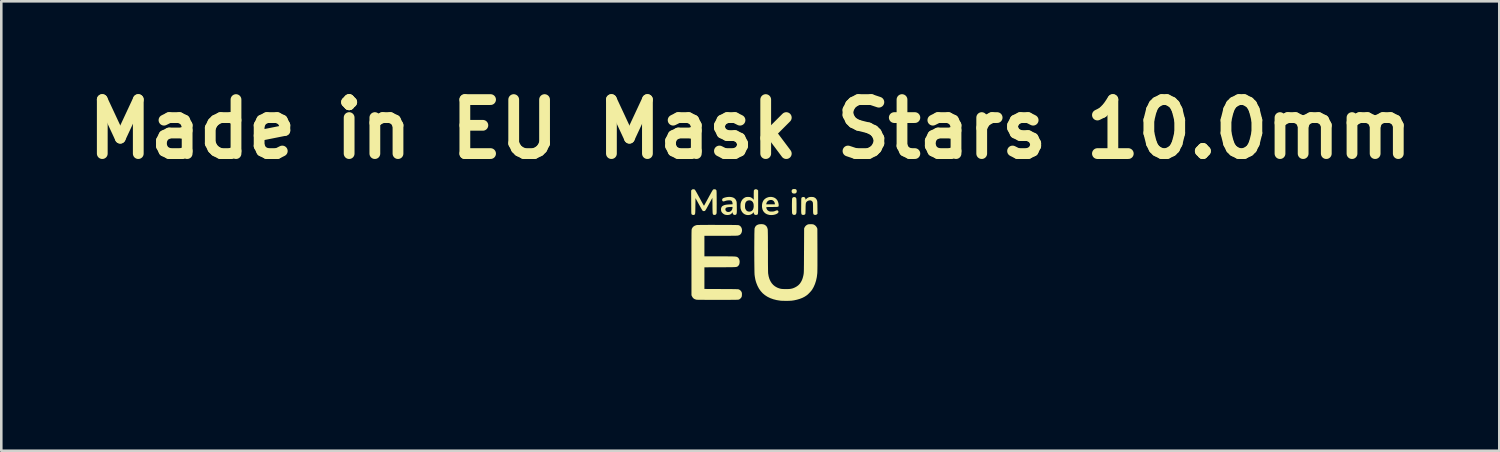
<source format=kicad_pcb>
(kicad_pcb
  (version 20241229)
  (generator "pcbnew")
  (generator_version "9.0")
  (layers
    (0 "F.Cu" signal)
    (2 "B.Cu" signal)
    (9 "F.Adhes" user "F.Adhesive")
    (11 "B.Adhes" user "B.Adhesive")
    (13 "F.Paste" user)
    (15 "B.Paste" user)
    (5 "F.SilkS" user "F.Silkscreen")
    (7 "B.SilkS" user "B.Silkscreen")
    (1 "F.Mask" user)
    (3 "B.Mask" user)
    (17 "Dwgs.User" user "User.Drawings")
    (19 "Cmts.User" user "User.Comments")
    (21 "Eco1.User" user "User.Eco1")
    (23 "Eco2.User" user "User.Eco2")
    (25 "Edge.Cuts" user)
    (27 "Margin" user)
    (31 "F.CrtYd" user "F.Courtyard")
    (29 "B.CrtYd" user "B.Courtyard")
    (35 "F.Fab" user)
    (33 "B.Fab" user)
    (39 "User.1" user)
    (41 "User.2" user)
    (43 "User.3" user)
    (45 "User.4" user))
  (footprint "Made in EU Mask Stars 10.0mm"
    (layer "F.Cu")
    (at 26.044 6.459)
    (property "Reference" "Made in EU Mask Stars 10.0mm" (at 0 -4.5 180) (layer "F.SilkS") (effects (font (size 2.094 2.094) (thickness 0.418))))
    (attr board_only exclude_from_pos_files exclude_from_bom)
    (fp_poly (pts (xy 3.675 -2.844) (xy 3.676 -2.843) (xy 3.679 -2.834) (xy 3.686 -2.812) (xy 3.697 -2.779) (xy 3.71 -2.737) (xy 3.726 -2.687) (xy 3.744 -2.631) (xy 3.764 -2.571) (xy 3.766 -2.564) (xy 3.852 -2.296) (xy 4.148 -2.292) (xy 4.444 -2.289) (xy 4.206 -2.118) (xy 4.153 -2.08) (xy 4.105 -2.045) (xy 4.062 -2.014) (xy 4.025 -1.987) (xy 3.996 -1.966) (xy 3.977 -1.951) (xy 3.968 -1.944) (xy 3.967 -1.943) (xy 3.97 -1.935) (xy 3.976 -1.915) (xy 3.986 -1.883) (xy 3.999 -1.843) (xy 4.015 -1.794) (xy 4.032 -1.739) (xy 4.052 -1.679) (xy 4.056 -1.667) (xy 4.075 -1.607) (xy 4.093 -1.551) (xy 4.109 -1.501) (xy 4.122 -1.459) (xy 4.132 -1.426) (xy 4.139 -1.403) (xy 4.142 -1.393) (xy 4.142 -1.393) (xy 4.135 -1.397) (xy 4.118 -1.408) (xy 4.092 -1.427) (xy 4.058 -1.451) (xy 4.016 -1.481) (xy 3.97 -1.515) (xy 3.919 -1.552) (xy 3.906 -1.561) (xy 3.672 -1.732) (xy 3.449 -1.569) (xy 3.388 -1.524) (xy 3.337 -1.487) (xy 3.296 -1.457) (xy 3.265 -1.435) (xy 3.241 -1.418) (xy 3.224 -1.406) (xy 3.212 -1.399) (xy 3.205 -1.396) (xy 3.202 -1.396) (xy 3.202 -1.399) (xy 3.203 -1.403) (xy 3.204 -1.404) (xy 3.228 -1.477) (xy 3.251 -1.55) (xy 3.274 -1.62) (xy 3.295 -1.687) (xy 3.315 -1.75) (xy 3.332 -1.806) (xy 3.347 -1.855) (xy 3.359 -1.896) (xy 3.367 -1.926) (xy 3.372 -1.944) (xy 3.373 -1.95) (xy 3.365 -1.955) (xy 3.347 -1.968) (xy 3.32 -1.987) (xy 3.285 -2.013) (xy 3.243 -2.043) (xy 3.195 -2.077) (xy 3.144 -2.114) (xy 3.133 -2.121) (xy 2.9 -2.289) (xy 3.195 -2.291) (xy 3.49 -2.293) (xy 3.554 -2.492) (xy 3.58 -2.573) (xy 3.602 -2.641) (xy 3.621 -2.697) (xy 3.635 -2.743) (xy 3.647 -2.778) (xy 3.656 -2.805) (xy 3.663 -2.824) (xy 3.668 -2.836) (xy 3.672 -2.843) (xy 3.674 -2.845)) (stroke (width 0) (type solid)) (fill yes) (layer "F.Mask"))
    (fp_poly (pts (xy 0.009 3.523) (xy 0.016 3.545) (xy 0.027 3.578) (xy 0.041 3.62) (xy 0.057 3.669) (xy 0.074 3.725) (xy 0.094 3.786) (xy 0.097 3.796) (xy 0.184 4.068) (xy 0.477 4.071) (xy 0.77 4.075) (xy 0.55 4.232) (xy 0.499 4.269) (xy 0.452 4.303) (xy 0.409 4.335) (xy 0.372 4.361) (xy 0.343 4.382) (xy 0.323 4.397) (xy 0.314 4.404) (xy 0.297 4.417) (xy 0.383 4.685) (xy 0.403 4.746) (xy 0.421 4.802) (xy 0.437 4.853) (xy 0.451 4.896) (xy 0.462 4.929) (xy 0.469 4.953) (xy 0.473 4.963) (xy 0.473 4.964) (xy 0.473 4.97) (xy 0.467 4.967) (xy 0.457 4.959) (xy 0.436 4.944) (xy 0.408 4.923) (xy 0.372 4.897) (xy 0.332 4.868) (xy 0.288 4.836) (xy 0.243 4.803) (xy 0.197 4.77) (xy 0.153 4.738) (xy 0.112 4.708) (xy 0.076 4.682) (xy 0.046 4.66) (xy 0.024 4.645) (xy 0.012 4.636) (xy 0.01 4.635) (xy 0.003 4.638) (xy -0.015 4.649) (xy -0.041 4.667) (xy -0.075 4.69) (xy -0.115 4.717) (xy -0.159 4.748) (xy -0.206 4.781) (xy -0.253 4.815) (xy -0.301 4.849) (xy -0.346 4.881) (xy -0.388 4.912) (xy -0.424 4.939) (xy -0.454 4.962) (xy -0.461 4.967) (xy -0.469 4.972) (xy -0.468 4.965) (xy -0.468 4.964) (xy -0.464 4.955) (xy -0.457 4.933) (xy -0.447 4.901) (xy -0.434 4.86) (xy -0.419 4.814) (xy -0.402 4.763) (xy -0.385 4.71) (xy -0.368 4.657) (xy -0.352 4.605) (xy -0.336 4.557) (xy -0.323 4.515) (xy -0.312 4.481) (xy -0.304 4.457) (xy -0.301 4.446) (xy -0.291 4.414) (xy -0.53 4.243) (xy -0.769 4.071) (xy -0.474 4.071) (xy -0.179 4.071) (xy -0.126 3.906) (xy -0.108 3.849) (xy -0.089 3.789) (xy -0.07 3.729) (xy -0.052 3.673) (xy -0.037 3.627) (xy -0.035 3.621) (xy -0.023 3.583) (xy -0.011 3.551) (xy -0.002 3.528) (xy 0.004 3.515) (xy 0.006 3.514)) (stroke (width 0) (type solid)) (fill yes) (layer "F.Mask"))
    (fp_poly (pts (xy -2.055 -4.213) (xy -2.037 -4.156) (xy -2.018 -4.099) (xy -2 -4.043) (xy -1.984 -3.994) (xy -1.971 -3.953) (xy -1.964 -3.932) (xy -1.934 -3.841) (xy -1.639 -3.839) (xy -1.343 -3.837) (xy -1.556 -3.685) (xy -1.606 -3.648) (xy -1.654 -3.614) (xy -1.698 -3.582) (xy -1.735 -3.555) (xy -1.765 -3.534) (xy -1.786 -3.518) (xy -1.795 -3.512) (xy -1.822 -3.491) (xy -1.734 -3.218) (xy -1.714 -3.157) (xy -1.696 -3.101) (xy -1.681 -3.051) (xy -1.667 -3.008) (xy -1.657 -2.975) (xy -1.651 -2.952) (xy -1.648 -2.942) (xy -1.648 -2.942) (xy -1.654 -2.945) (xy -1.671 -2.957) (xy -1.698 -2.975) (xy -1.732 -3) (xy -1.773 -3.029) (xy -1.82 -3.063) (xy -1.87 -3.1) (xy -1.876 -3.104) (xy -1.927 -3.141) (xy -1.975 -3.176) (xy -2.017 -3.207) (xy -2.054 -3.233) (xy -2.082 -3.253) (xy -2.102 -3.267) (xy -2.11 -3.272) (xy -2.111 -3.272) (xy -2.119 -3.269) (xy -2.137 -3.258) (xy -2.165 -3.239) (xy -2.201 -3.215) (xy -2.243 -3.185) (xy -2.29 -3.152) (xy -2.341 -3.115) (xy -2.35 -3.108) (xy -2.402 -3.071) (xy -2.449 -3.036) (xy -2.492 -3.005) (xy -2.528 -2.979) (xy -2.556 -2.959) (xy -2.575 -2.946) (xy -2.584 -2.94) (xy -2.584 -2.94) (xy -2.583 -2.947) (xy -2.577 -2.966) (xy -2.568 -2.997) (xy -2.556 -3.037) (xy -2.541 -3.085) (xy -2.523 -3.14) (xy -2.504 -3.2) (xy -2.5 -3.213) (xy -2.48 -3.274) (xy -2.462 -3.331) (xy -2.446 -3.381) (xy -2.432 -3.424) (xy -2.422 -3.457) (xy -2.415 -3.48) (xy -2.412 -3.49) (xy -2.412 -3.491) (xy -2.417 -3.496) (xy -2.434 -3.508) (xy -2.46 -3.528) (xy -2.495 -3.553) (xy -2.536 -3.583) (xy -2.583 -3.617) (xy -2.635 -3.654) (xy -2.65 -3.666) (xy -2.889 -3.837) (xy -2.593 -3.839) (xy -2.296 -3.841) (xy -2.226 -4.062) (xy -2.208 -4.12) (xy -2.19 -4.177) (xy -2.173 -4.229) (xy -2.158 -4.275) (xy -2.146 -4.312) (xy -2.138 -4.338) (xy -2.136 -4.343) (xy -2.116 -4.403)) (stroke (width 0) (type solid)) (fill yes) (layer "F.Mask"))
    (fp_poly (pts (xy -2.112 2.959) (xy -2.104 2.977) (xy -2.094 3.007) (xy -2.08 3.046) (xy -2.064 3.094) (xy -2.046 3.149) (xy -2.027 3.208) (xy -2.021 3.227) (xy -1.932 3.505) (xy -1.637 3.507) (xy -1.342 3.509) (xy -1.579 3.68) (xy -1.631 3.717) (xy -1.68 3.752) (xy -1.723 3.784) (xy -1.759 3.811) (xy -1.787 3.832) (xy -1.807 3.847) (xy -1.816 3.854) (xy -1.816 3.855) (xy -1.814 3.863) (xy -1.808 3.884) (xy -1.798 3.915) (xy -1.785 3.956) (xy -1.769 4.005) (xy -1.752 4.06) (xy -1.733 4.12) (xy -1.73 4.127) (xy -1.711 4.187) (xy -1.693 4.243) (xy -1.678 4.293) (xy -1.665 4.335) (xy -1.655 4.368) (xy -1.649 4.39) (xy -1.647 4.399) (xy -1.647 4.4) (xy -1.653 4.398) (xy -1.669 4.388) (xy -1.691 4.373) (xy -1.712 4.359) (xy -1.735 4.341) (xy -1.768 4.317) (xy -1.808 4.288) (xy -1.853 4.255) (xy -1.901 4.22) (xy -1.944 4.189) (xy -2.112 4.065) (xy -2.316 4.214) (xy -2.366 4.251) (xy -2.413 4.285) (xy -2.456 4.317) (xy -2.494 4.344) (xy -2.524 4.365) (xy -2.544 4.38) (xy -2.552 4.386) (xy -2.571 4.398) (xy -2.58 4.403) (xy -2.581 4.4) (xy -2.579 4.39) (xy -2.576 4.379) (xy -2.568 4.356) (xy -2.557 4.322) (xy -2.543 4.279) (xy -2.527 4.228) (xy -2.509 4.172) (xy -2.492 4.118) (xy -2.473 4.059) (xy -2.456 4.004) (xy -2.441 3.955) (xy -2.429 3.914) (xy -2.42 3.882) (xy -2.415 3.862) (xy -2.414 3.853) (xy -2.42 3.847) (xy -2.438 3.833) (xy -2.465 3.813) (xy -2.5 3.787) (xy -2.541 3.756) (xy -2.589 3.721) (xy -2.64 3.684) (xy -2.65 3.677) (xy -2.883 3.509) (xy -2.588 3.507) (xy -2.293 3.505) (xy -2.279 3.459) (xy -2.264 3.412) (xy -2.248 3.36) (xy -2.23 3.305) (xy -2.212 3.248) (xy -2.194 3.191) (xy -2.176 3.136) (xy -2.159 3.086) (xy -2.145 3.041) (xy -2.132 3.003) (xy -2.123 2.975) (xy -2.117 2.958) (xy -2.115 2.953)) (stroke (width 0) (type solid)) (fill yes) (layer "F.Mask"))
    (fp_poly (pts (xy 2.121 2.954) (xy 2.124 2.961) (xy 2.129 2.975) (xy 2.136 2.994) (xy 2.145 3.022) (xy 2.157 3.058) (xy 2.172 3.104) (xy 2.19 3.161) (xy 2.212 3.23) (xy 2.238 3.311) (xy 2.244 3.329) (xy 2.301 3.505) (xy 2.595 3.507) (xy 2.889 3.509) (xy 2.657 3.677) (xy 2.605 3.714) (xy 2.556 3.749) (xy 2.513 3.78) (xy 2.477 3.806) (xy 2.448 3.827) (xy 2.428 3.841) (xy 2.419 3.848) (xy 2.418 3.848) (xy 2.419 3.856) (xy 2.424 3.876) (xy 2.433 3.908) (xy 2.445 3.948) (xy 2.46 3.997) (xy 2.477 4.052) (xy 2.497 4.112) (xy 2.501 4.127) (xy 2.521 4.188) (xy 2.539 4.244) (xy 2.555 4.294) (xy 2.568 4.337) (xy 2.578 4.37) (xy 2.585 4.393) (xy 2.588 4.403) (xy 2.588 4.404) (xy 2.581 4.4) (xy 2.564 4.388) (xy 2.538 4.37) (xy 2.504 4.345) (xy 2.462 4.316) (xy 2.416 4.282) (xy 2.365 4.245) (xy 2.352 4.236) (xy 2.119 4.065) (xy 2.081 4.093) (xy 2.031 4.13) (xy 1.979 4.168) (xy 1.927 4.206) (xy 1.875 4.244) (xy 1.825 4.28) (xy 1.779 4.313) (xy 1.738 4.343) (xy 1.702 4.369) (xy 1.675 4.388) (xy 1.656 4.401) (xy 1.648 4.406) (xy 1.648 4.406) (xy 1.647 4.402) (xy 1.647 4.401) (xy 1.65 4.393) (xy 1.657 4.373) (xy 1.667 4.342) (xy 1.68 4.303) (xy 1.695 4.257) (xy 1.711 4.207) (xy 1.728 4.154) (xy 1.745 4.1) (xy 1.762 4.047) (xy 1.779 3.997) (xy 1.793 3.951) (xy 1.806 3.912) (xy 1.815 3.882) (xy 1.821 3.862) (xy 1.824 3.854) (xy 1.824 3.854) (xy 1.818 3.849) (xy 1.801 3.836) (xy 1.775 3.817) (xy 1.741 3.792) (xy 1.699 3.762) (xy 1.652 3.728) (xy 1.601 3.691) (xy 1.586 3.68) (xy 1.349 3.509) (xy 1.643 3.506) (xy 1.938 3.502) (xy 2.027 3.225) (xy 2.047 3.164) (xy 2.065 3.108) (xy 2.082 3.058) (xy 2.096 3.016) (xy 2.107 2.983) (xy 2.115 2.961) (xy 2.119 2.951) (xy 2.12 2.951)) (stroke (width 0) (type solid)) (fill yes) (layer "F.Mask"))
    (fp_poly (pts (xy 0.008 -4.959) (xy 0.014 -4.938) (xy 0.025 -4.906) (xy 0.038 -4.865) (xy 0.054 -4.815) (xy 0.072 -4.76) (xy 0.091 -4.699) (xy 0.095 -4.685) (xy 0.183 -4.41) (xy 0.477 -4.406) (xy 0.77 -4.403) (xy 0.534 -4.233) (xy 0.482 -4.195) (xy 0.434 -4.16) (xy 0.391 -4.129) (xy 0.355 -4.103) (xy 0.326 -4.082) (xy 0.307 -4.067) (xy 0.298 -4.06) (xy 0.298 -4.06) (xy 0.3 -4.052) (xy 0.306 -4.033) (xy 0.316 -4.003) (xy 0.328 -3.964) (xy 0.342 -3.919) (xy 0.358 -3.869) (xy 0.375 -3.816) (xy 0.392 -3.762) (xy 0.41 -3.709) (xy 0.426 -3.659) (xy 0.44 -3.613) (xy 0.453 -3.574) (xy 0.463 -3.544) (xy 0.469 -3.526) (xy 0.471 -3.52) (xy 0.473 -3.514) (xy 0.473 -3.511) (xy 0.471 -3.511) (xy 0.464 -3.514) (xy 0.453 -3.521) (xy 0.436 -3.533) (xy 0.412 -3.55) (xy 0.379 -3.573) (xy 0.337 -3.604) (xy 0.285 -3.642) (xy 0.253 -3.666) (xy 0.204 -3.702) (xy 0.157 -3.736) (xy 0.115 -3.766) (xy 0.079 -3.792) (xy 0.051 -3.813) (xy 0.032 -3.827) (xy 0.025 -3.831) (xy 0.002 -3.848) (xy -0.198 -3.702) (xy -0.248 -3.666) (xy -0.295 -3.631) (xy -0.339 -3.599) (xy -0.377 -3.572) (xy -0.407 -3.55) (xy -0.427 -3.535) (xy -0.434 -3.53) (xy -0.454 -3.515) (xy -0.464 -3.51) (xy -0.467 -3.511) (xy -0.465 -3.52) (xy -0.465 -3.521) (xy -0.462 -3.532) (xy -0.454 -3.554) (xy -0.444 -3.587) (xy -0.431 -3.628) (xy -0.416 -3.675) (xy -0.399 -3.727) (xy -0.382 -3.78) (xy -0.365 -3.834) (xy -0.348 -3.886) (xy -0.332 -3.935) (xy -0.319 -3.977) (xy -0.307 -4.013) (xy -0.299 -4.038) (xy -0.295 -4.052) (xy -0.294 -4.054) (xy -0.299 -4.06) (xy -0.316 -4.073) (xy -0.341 -4.094) (xy -0.375 -4.12) (xy -0.416 -4.151) (xy -0.463 -4.185) (xy -0.514 -4.222) (xy -0.528 -4.232) (xy -0.765 -4.403) (xy -0.472 -4.404) (xy -0.179 -4.406) (xy -0.126 -4.572) (xy -0.108 -4.628) (xy -0.089 -4.689) (xy -0.07 -4.749) (xy -0.052 -4.804) (xy -0.037 -4.85) (xy -0.035 -4.856) (xy -0.023 -4.895) (xy -0.011 -4.927) (xy -0.003 -4.952) (xy 0.003 -4.965) (xy 0.005 -4.968)) (stroke (width 0) (type solid)) (fill yes) (layer "F.Mask"))
    (fp_poly (pts (xy 3.674 1.401) (xy 3.681 1.42) (xy 3.691 1.45) (xy 3.705 1.49) (xy 3.72 1.538) (xy 3.738 1.592) (xy 3.758 1.652) (xy 3.763 1.669) (xy 3.852 1.946) (xy 4.149 1.95) (xy 4.446 1.954) (xy 4.213 2.121) (xy 4.161 2.159) (xy 4.113 2.193) (xy 4.069 2.225) (xy 4.032 2.251) (xy 4.003 2.272) (xy 3.983 2.286) (xy 3.973 2.293) (xy 3.973 2.293) (xy 3.973 2.301) (xy 3.978 2.322) (xy 3.987 2.355) (xy 3.999 2.398) (xy 4.015 2.45) (xy 4.034 2.511) (xy 4.055 2.576) (xy 4.075 2.637) (xy 4.093 2.694) (xy 4.109 2.744) (xy 4.123 2.787) (xy 4.133 2.821) (xy 4.14 2.844) (xy 4.143 2.855) (xy 4.143 2.855) (xy 4.137 2.851) (xy 4.121 2.839) (xy 4.094 2.82) (xy 4.06 2.796) (xy 4.019 2.766) (xy 3.972 2.732) (xy 3.921 2.694) (xy 3.908 2.685) (xy 3.849 2.641) (xy 3.8 2.606) (xy 3.761 2.578) (xy 3.731 2.557) (xy 3.707 2.541) (xy 3.69 2.53) (xy 3.678 2.524) (xy 3.669 2.521) (xy 3.663 2.522) (xy 3.659 2.523) (xy 3.649 2.53) (xy 3.629 2.544) (xy 3.6 2.565) (xy 3.564 2.592) (xy 3.521 2.623) (xy 3.473 2.657) (xy 3.425 2.693) (xy 3.375 2.729) (xy 3.329 2.762) (xy 3.288 2.792) (xy 3.254 2.816) (xy 3.228 2.834) (xy 3.211 2.846) (xy 3.204 2.849) (xy 3.206 2.842) (xy 3.212 2.822) (xy 3.221 2.791) (xy 3.234 2.75) (xy 3.249 2.702) (xy 3.266 2.647) (xy 3.286 2.587) (xy 3.289 2.575) (xy 3.309 2.514) (xy 3.327 2.458) (xy 3.343 2.408) (xy 3.356 2.366) (xy 3.366 2.332) (xy 3.372 2.31) (xy 3.375 2.3) (xy 3.375 2.299) (xy 3.368 2.293) (xy 3.352 2.281) (xy 3.327 2.263) (xy 3.298 2.241) (xy 3.284 2.231) (xy 3.252 2.208) (xy 3.211 2.178) (xy 3.164 2.145) (xy 3.114 2.109) (xy 3.066 2.074) (xy 3.048 2.061) (xy 2.899 1.954) (xy 3.196 1.95) (xy 3.493 1.946) (xy 3.58 1.672) (xy 3.6 1.611) (xy 3.618 1.555) (xy 3.634 1.505) (xy 3.648 1.462) (xy 3.659 1.429) (xy 3.667 1.406) (xy 3.671 1.396) (xy 3.671 1.395)) (stroke (width 0) (type solid)) (fill yes) (layer "F.Mask"))
    (fp_poly (pts (xy -3.663 1.399) (xy -3.66 1.409) (xy -3.653 1.431) (xy -3.642 1.464) (xy -3.628 1.506) (xy -3.612 1.555) (xy -3.594 1.611) (xy -3.575 1.671) (xy -3.573 1.678) (xy -3.487 1.946) (xy -3.189 1.95) (xy -2.892 1.954) (xy -3.13 2.124) (xy -3.182 2.162) (xy -3.231 2.197) (xy -3.274 2.228) (xy -3.311 2.254) (xy -3.34 2.275) (xy -3.36 2.289) (xy -3.37 2.296) (xy -3.37 2.297) (xy -3.369 2.304) (xy -3.363 2.324) (xy -3.353 2.355) (xy -3.341 2.395) (xy -3.325 2.444) (xy -3.308 2.499) (xy -3.289 2.559) (xy -3.283 2.576) (xy -3.263 2.637) (xy -3.245 2.694) (xy -3.229 2.744) (xy -3.216 2.787) (xy -3.205 2.821) (xy -3.198 2.844) (xy -3.195 2.854) (xy -3.195 2.855) (xy -3.201 2.851) (xy -3.218 2.839) (xy -3.244 2.82) (xy -3.278 2.795) (xy -3.319 2.766) (xy -3.366 2.732) (xy -3.416 2.695) (xy -3.424 2.689) (xy -3.475 2.651) (xy -3.523 2.616) (xy -3.565 2.585) (xy -3.602 2.559) (xy -3.631 2.538) (xy -3.65 2.524) (xy -3.66 2.518) (xy -3.66 2.518) (xy -3.668 2.522) (xy -3.686 2.533) (xy -3.714 2.551) (xy -3.75 2.576) (xy -3.792 2.605) (xy -3.839 2.639) (xy -3.891 2.676) (xy -3.904 2.686) (xy -3.955 2.724) (xy -4.003 2.758) (xy -4.046 2.789) (xy -4.082 2.815) (xy -4.11 2.836) (xy -4.129 2.849) (xy -4.138 2.855) (xy -4.138 2.855) (xy -4.136 2.848) (xy -4.13 2.828) (xy -4.12 2.797) (xy -4.107 2.756) (xy -4.091 2.708) (xy -4.074 2.653) (xy -4.054 2.593) (xy -4.05 2.578) (xy -4.03 2.517) (xy -4.012 2.461) (xy -3.996 2.41) (xy -3.983 2.367) (xy -3.973 2.333) (xy -3.967 2.31) (xy -3.964 2.299) (xy -3.964 2.298) (xy -3.971 2.293) (xy -3.988 2.28) (xy -4.015 2.26) (xy -4.05 2.235) (xy -4.092 2.204) (xy -4.139 2.17) (xy -4.191 2.133) (xy -4.204 2.123) (xy -4.44 1.954) (xy -4.142 1.95) (xy -3.845 1.946) (xy -3.787 1.764) (xy -3.769 1.708) (xy -3.75 1.65) (xy -3.733 1.594) (xy -3.717 1.544) (xy -3.703 1.502) (xy -3.698 1.485) (xy -3.686 1.451) (xy -3.676 1.424) (xy -3.669 1.405) (xy -3.664 1.399)) (stroke (width 0) (type solid)) (fill yes) (layer "F.Mask"))
    (fp_poly (pts (xy 2.131 -4.382) (xy 2.138 -4.36) (xy 2.149 -4.327) (xy 2.163 -4.285) (xy 2.179 -4.235) (xy 2.197 -4.179) (xy 2.216 -4.119) (xy 2.218 -4.112) (xy 2.304 -3.844) (xy 2.601 -3.841) (xy 2.898 -3.837) (xy 2.66 -3.666) (xy 2.608 -3.629) (xy 2.559 -3.594) (xy 2.516 -3.563) (xy 2.479 -3.536) (xy 2.45 -3.516) (xy 2.431 -3.501) (xy 2.421 -3.495) (xy 2.421 -3.494) (xy 2.422 -3.487) (xy 2.428 -3.467) (xy 2.438 -3.436) (xy 2.45 -3.396) (xy 2.466 -3.347) (xy 2.483 -3.293) (xy 2.502 -3.233) (xy 2.507 -3.218) (xy 2.527 -3.157) (xy 2.545 -3.101) (xy 2.56 -3.051) (xy 2.574 -3.008) (xy 2.584 -2.975) (xy 2.591 -2.952) (xy 2.593 -2.942) (xy 2.593 -2.941) (xy 2.587 -2.945) (xy 2.57 -2.956) (xy 2.544 -2.975) (xy 2.509 -2.999) (xy 2.468 -3.029) (xy 2.422 -3.062) (xy 2.372 -3.099) (xy 2.364 -3.105) (xy 2.312 -3.142) (xy 2.265 -3.177) (xy 2.222 -3.207) (xy 2.185 -3.233) (xy 2.156 -3.253) (xy 2.136 -3.266) (xy 2.126 -3.271) (xy 2.125 -3.271) (xy 2.117 -3.267) (xy 2.098 -3.255) (xy 2.07 -3.236) (xy 2.034 -3.211) (xy 1.992 -3.181) (xy 1.944 -3.147) (xy 1.893 -3.11) (xy 1.888 -3.106) (xy 1.836 -3.068) (xy 1.789 -3.034) (xy 1.747 -3.004) (xy 1.712 -2.978) (xy 1.684 -2.958) (xy 1.665 -2.945) (xy 1.657 -2.94) (xy 1.657 -2.94) (xy 1.656 -2.946) (xy 1.66 -2.96) (xy 1.67 -2.991) (xy 1.683 -3.031) (xy 1.698 -3.076) (xy 1.714 -3.127) (xy 1.731 -3.181) (xy 1.749 -3.235) (xy 1.766 -3.289) (xy 1.782 -3.341) (xy 1.797 -3.387) (xy 1.809 -3.428) (xy 1.819 -3.46) (xy 1.826 -3.483) (xy 1.829 -3.494) (xy 1.829 -3.494) (xy 1.823 -3.499) (xy 1.806 -3.511) (xy 1.779 -3.53) (xy 1.745 -3.555) (xy 1.703 -3.585) (xy 1.656 -3.619) (xy 1.605 -3.656) (xy 1.59 -3.666) (xy 1.353 -3.837) (xy 1.649 -3.841) (xy 1.946 -3.844) (xy 1.998 -4.008) (xy 2.016 -4.064) (xy 2.035 -4.124) (xy 2.054 -4.183) (xy 2.071 -4.237) (xy 2.086 -4.282) (xy 2.087 -4.287) (xy 2.1 -4.325) (xy 2.111 -4.356) (xy 2.12 -4.378) (xy 2.126 -4.39) (xy 2.128 -4.391)) (stroke (width 0) (type solid)) (fill yes) (layer "F.Mask"))
    (fp_poly (pts (xy -3.662 -2.833) (xy -3.655 -2.813) (xy -3.644 -2.782) (xy -3.631 -2.741) (xy -3.615 -2.692) (xy -3.597 -2.637) (xy -3.578 -2.577) (xy -3.573 -2.563) (xy -3.485 -2.289) (xy -3.191 -2.285) (xy -2.896 -2.281) (xy -3.134 -2.11) (xy -3.195 -2.067) (xy -3.244 -2.031) (xy -3.284 -2.002) (xy -3.314 -1.979) (xy -3.337 -1.961) (xy -3.352 -1.948) (xy -3.362 -1.938) (xy -3.366 -1.931) (xy -3.367 -1.926) (xy -3.367 -1.924) (xy -3.363 -1.913) (xy -3.356 -1.889) (xy -3.345 -1.856) (xy -3.332 -1.815) (xy -3.317 -1.767) (xy -3.3 -1.716) (xy -3.283 -1.663) (xy -3.266 -1.609) (xy -3.25 -1.558) (xy -3.234 -1.51) (xy -3.221 -1.467) (xy -3.209 -1.433) (xy -3.201 -1.408) (xy -3.197 -1.395) (xy -3.197 -1.393) (xy -3.198 -1.387) (xy -3.202 -1.389) (xy -3.21 -1.394) (xy -3.228 -1.407) (xy -3.254 -1.426) (xy -3.288 -1.45) (xy -3.327 -1.479) (xy -3.37 -1.51) (xy -3.415 -1.542) (xy -3.461 -1.576) (xy -3.505 -1.608) (xy -3.547 -1.639) (xy -3.585 -1.666) (xy -3.616 -1.689) (xy -3.64 -1.707) (xy -3.655 -1.717) (xy -3.658 -1.72) (xy -3.666 -1.717) (xy -3.684 -1.706) (xy -3.712 -1.688) (xy -3.748 -1.663) (xy -3.791 -1.633) (xy -3.84 -1.598) (xy -3.894 -1.559) (xy -3.9 -1.555) (xy -3.952 -1.517) (xy -4 -1.482) (xy -4.042 -1.451) (xy -4.079 -1.425) (xy -4.107 -1.405) (xy -4.127 -1.391) (xy -4.136 -1.385) (xy -4.137 -1.384) (xy -4.137 -1.39) (xy -4.136 -1.396) (xy -4.132 -1.405) (xy -4.125 -1.427) (xy -4.114 -1.46) (xy -4.101 -1.502) (xy -4.085 -1.552) (xy -4.067 -1.607) (xy -4.048 -1.666) (xy -4.029 -1.725) (xy -4.011 -1.78) (xy -3.995 -1.829) (xy -3.982 -1.87) (xy -3.972 -1.902) (xy -3.965 -1.923) (xy -3.962 -1.932) (xy -3.967 -1.937) (xy -3.984 -1.951) (xy -4.009 -1.971) (xy -4.043 -1.997) (xy -4.084 -2.028) (xy -4.131 -2.062) (xy -4.182 -2.099) (xy -4.198 -2.11) (xy -4.436 -2.281) (xy -4.141 -2.285) (xy -3.846 -2.289) (xy -3.811 -2.4) (xy -3.797 -2.442) (xy -3.781 -2.494) (xy -3.762 -2.552) (xy -3.743 -2.611) (xy -3.725 -2.668) (xy -3.721 -2.678) (xy -3.706 -2.725) (xy -3.693 -2.766) (xy -3.681 -2.8) (xy -3.672 -2.825) (xy -3.666 -2.839) (xy -3.665 -2.841)) (stroke (width 0) (type solid)) (fill yes) (layer "F.Mask"))
    (fp_poly (pts (xy -4.233 -0.718) (xy -4.226 -0.699) (xy -4.215 -0.669) (xy -4.202 -0.63) (xy -4.186 -0.582) (xy -4.168 -0.528) (xy -4.148 -0.468) (xy -4.143 -0.45) (xy -4.054 -0.171) (xy -3.761 -0.171) (xy -3.682 -0.171) (xy -3.614 -0.17) (xy -3.559 -0.17) (xy -3.517 -0.168) (xy -3.489 -0.167) (xy -3.474 -0.165) (xy -3.472 -0.164) (xy -3.479 -0.158) (xy -3.496 -0.145) (xy -3.524 -0.125) (xy -3.559 -0.099) (xy -3.6 -0.068) (xy -3.648 -0.034) (xy -3.699 0.003) (xy -3.707 0.009) (xy -3.758 0.046) (xy -3.806 0.08) (xy -3.848 0.111) (xy -3.884 0.138) (xy -3.911 0.159) (xy -3.93 0.174) (xy -3.937 0.181) (xy -3.937 0.181) (xy -3.935 0.189) (xy -3.929 0.21) (xy -3.919 0.242) (xy -3.906 0.284) (xy -3.89 0.333) (xy -3.873 0.388) (xy -3.854 0.448) (xy -3.851 0.456) (xy -3.832 0.516) (xy -3.814 0.571) (xy -3.799 0.621) (xy -3.786 0.662) (xy -3.776 0.695) (xy -3.77 0.717) (xy -3.768 0.726) (xy -3.768 0.726) (xy -3.774 0.723) (xy -3.791 0.711) (xy -3.818 0.693) (xy -3.852 0.668) (xy -3.894 0.639) (xy -3.94 0.605) (xy -3.991 0.568) (xy -4 0.561) (xy -4.057 0.52) (xy -4.109 0.483) (xy -4.153 0.452) (xy -4.189 0.428) (xy -4.217 0.41) (xy -4.234 0.4) (xy -4.24 0.398) (xy -4.249 0.403) (xy -4.267 0.416) (xy -4.295 0.436) (xy -4.331 0.461) (xy -4.373 0.491) (xy -4.42 0.525) (xy -4.468 0.56) (xy -4.527 0.604) (xy -4.576 0.639) (xy -4.615 0.667) (xy -4.645 0.689) (xy -4.667 0.705) (xy -4.683 0.716) (xy -4.693 0.723) (xy -4.7 0.727) (xy -4.703 0.728) (xy -4.704 0.727) (xy -4.704 0.726) (xy -4.702 0.718) (xy -4.695 0.697) (xy -4.686 0.666) (xy -4.673 0.625) (xy -4.657 0.576) (xy -4.639 0.521) (xy -4.62 0.462) (xy -4.618 0.456) (xy -4.599 0.396) (xy -4.581 0.34) (xy -4.565 0.291) (xy -4.552 0.248) (xy -4.542 0.215) (xy -4.535 0.193) (xy -4.533 0.183) (xy -4.533 0.183) (xy -4.539 0.176) (xy -4.555 0.162) (xy -4.582 0.142) (xy -4.616 0.116) (xy -4.657 0.085) (xy -4.704 0.051) (xy -4.755 0.014) (xy -4.764 0.008) (xy -4.815 -0.03) (xy -4.863 -0.064) (xy -4.906 -0.095) (xy -4.942 -0.122) (xy -4.971 -0.143) (xy -4.99 -0.157) (xy -4.998 -0.164) (xy -4.999 -0.165) (xy -4.992 -0.166) (xy -4.973 -0.168) (xy -4.941 -0.169) (xy -4.899 -0.17) (xy -4.848 -0.17) (xy -4.79 -0.171) (xy -4.726 -0.171) (xy -4.708 -0.171) (xy -4.414 -0.171) (xy -4.4 -0.218) (xy -4.384 -0.268) (xy -4.367 -0.323) (xy -4.349 -0.381) (xy -4.33 -0.439) (xy -4.312 -0.496) (xy -4.294 -0.551) (xy -4.278 -0.601) (xy -4.263 -0.645) (xy -4.251 -0.68) (xy -4.243 -0.706) (xy -4.237 -0.721) (xy -4.236 -0.723)) (stroke (width 0) (type solid)) (fill yes) (layer "F.Mask"))
    (fp_poly (pts (xy 4.238 -0.723) (xy 4.245 -0.704) (xy 4.255 -0.675) (xy 4.267 -0.639) (xy 4.281 -0.598) (xy 4.281 -0.597) (xy 4.298 -0.544) (xy 4.318 -0.483) (xy 4.338 -0.419) (xy 4.358 -0.358) (xy 4.369 -0.322) (xy 4.415 -0.179) (xy 4.708 -0.179) (xy 4.773 -0.178) (xy 4.832 -0.178) (xy 4.885 -0.177) (xy 4.93 -0.177) (xy 4.966 -0.176) (xy 4.99 -0.175) (xy 5.001 -0.173) (xy 5.001 -0.173) (xy 4.995 -0.168) (xy 4.979 -0.155) (xy 4.952 -0.135) (xy 4.918 -0.109) (xy 4.877 -0.079) (xy 4.83 -0.045) (xy 4.778 -0.008) (xy 4.767 -0.000108) (xy 4.715 0.037) (xy 4.667 0.072) (xy 4.624 0.104) (xy 4.588 0.131) (xy 4.56 0.153) (xy 4.541 0.168) (xy 4.533 0.176) (xy 4.533 0.176) (xy 4.535 0.185) (xy 4.541 0.207) (xy 4.551 0.239) (xy 4.564 0.281) (xy 4.58 0.33) (xy 4.597 0.386) (xy 4.617 0.446) (xy 4.618 0.451) (xy 4.638 0.511) (xy 4.655 0.566) (xy 4.671 0.616) (xy 4.683 0.657) (xy 4.693 0.689) (xy 4.699 0.711) (xy 4.701 0.72) (xy 4.701 0.72) (xy 4.695 0.716) (xy 4.677 0.705) (xy 4.651 0.687) (xy 4.617 0.662) (xy 4.576 0.633) (xy 4.529 0.599) (xy 4.479 0.562) (xy 4.473 0.558) (xy 4.422 0.521) (xy 4.374 0.486) (xy 4.332 0.455) (xy 4.296 0.429) (xy 4.267 0.409) (xy 4.248 0.396) (xy 4.239 0.39) (xy 4.239 0.39) (xy 4.231 0.393) (xy 4.213 0.405) (xy 4.185 0.423) (xy 4.15 0.447) (xy 4.109 0.476) (xy 4.062 0.51) (xy 4.018 0.542) (xy 3.956 0.587) (xy 3.905 0.625) (xy 3.865 0.654) (xy 3.833 0.677) (xy 3.808 0.695) (xy 3.791 0.707) (xy 3.779 0.715) (xy 3.771 0.719) (xy 3.768 0.72) (xy 3.766 0.719) (xy 3.766 0.718) (xy 3.768 0.71) (xy 3.775 0.69) (xy 3.785 0.658) (xy 3.797 0.617) (xy 3.813 0.568) (xy 3.831 0.513) (xy 3.85 0.454) (xy 3.852 0.448) (xy 3.871 0.387) (xy 3.889 0.332) (xy 3.905 0.282) (xy 3.918 0.24) (xy 3.928 0.207) (xy 3.935 0.185) (xy 3.937 0.175) (xy 3.937 0.175) (xy 3.931 0.169) (xy 3.915 0.155) (xy 3.888 0.135) (xy 3.854 0.11) (xy 3.813 0.079) (xy 3.766 0.045) (xy 3.714 0.008) (xy 3.703 0) (xy 3.651 -0.037) (xy 3.603 -0.072) (xy 3.56 -0.103) (xy 3.524 -0.129) (xy 3.496 -0.15) (xy 3.477 -0.165) (xy 3.469 -0.172) (xy 3.469 -0.172) (xy 3.476 -0.173) (xy 3.496 -0.174) (xy 3.528 -0.175) (xy 3.571 -0.175) (xy 3.621 -0.175) (xy 3.679 -0.174) (xy 3.742 -0.173) (xy 3.758 -0.173) (xy 3.831 -0.172) (xy 3.891 -0.171) (xy 3.939 -0.171) (xy 3.976 -0.171) (xy 4.004 -0.171) (xy 4.024 -0.172) (xy 4.037 -0.174) (xy 4.046 -0.176) (xy 4.051 -0.178) (xy 4.053 -0.182) (xy 4.054 -0.183) (xy 4.058 -0.193) (xy 4.066 -0.216) (xy 4.077 -0.249) (xy 4.091 -0.292) (xy 4.107 -0.342) (xy 4.125 -0.399) (xy 4.144 -0.459) (xy 4.146 -0.463) (xy 4.165 -0.523) (xy 4.183 -0.578) (xy 4.199 -0.627) (xy 4.213 -0.668) (xy 4.223 -0.7) (xy 4.231 -0.721) (xy 4.234 -0.729) (xy 4.235 -0.729)) (stroke (width 0) (type solid)) (fill yes) (layer "F.Mask"))
    (fp_poly (pts (xy 1.736 -2.178) (xy 1.768 -2.168) (xy 1.789 -2.149) (xy 1.8 -2.119) (xy 1.802 -2.093) (xy 1.796 -2.057) (xy 1.778 -2.028) (xy 1.756 -2.012) (xy 1.731 -2.005) (xy 1.699 -2.003) (xy 1.666 -2.007) (xy 1.646 -2.013) (xy 1.624 -2.031) (xy 1.609 -2.057) (xy 1.602 -2.088) (xy 1.605 -2.119) (xy 1.617 -2.148) (xy 1.627 -2.159) (xy 1.642 -2.17) (xy 1.663 -2.176) (xy 1.692 -2.179)) (stroke (width 0) (type solid)) (fill yes) (layer "F.SilkS"))
    (fp_poly (pts (xy 1.74 -1.863) (xy 1.766 -1.846) (xy 1.782 -1.818) (xy 1.787 -1.801) (xy 1.788 -1.785) (xy 1.79 -1.756) (xy 1.791 -1.717) (xy 1.792 -1.67) (xy 1.793 -1.617) (xy 1.793 -1.561) (xy 1.793 -1.503) (xy 1.793 -1.446) (xy 1.793 -1.392) (xy 1.792 -1.344) (xy 1.792 -1.303) (xy 1.79 -1.273) (xy 1.789 -1.255) (xy 1.777 -1.217) (xy 1.764 -1.198) (xy 1.748 -1.184) (xy 1.732 -1.178) (xy 1.707 -1.176) (xy 1.706 -1.176) (xy 1.674 -1.179) (xy 1.651 -1.191) (xy 1.65 -1.191) (xy 1.635 -1.209) (xy 1.624 -1.232) (xy 1.623 -1.234) (xy 1.621 -1.249) (xy 1.619 -1.277) (xy 1.618 -1.315) (xy 1.617 -1.362) (xy 1.616 -1.415) (xy 1.615 -1.472) (xy 1.615 -1.531) (xy 1.615 -1.589) (xy 1.616 -1.645) (xy 1.617 -1.697) (xy 1.618 -1.741) (xy 1.62 -1.777) (xy 1.621 -1.801) (xy 1.623 -1.81) (xy 1.638 -1.841) (xy 1.662 -1.86) (xy 1.696 -1.868) (xy 1.705 -1.868)) (stroke (width 0) (type solid)) (fill yes) (layer "F.SilkS"))
    (fp_poly (pts (xy 0.831 -1.872) (xy 0.892 -1.859) (xy 0.948 -1.835) (xy 0.997 -1.801) (xy 1.038 -1.756) (xy 1.06 -1.72) (xy 1.079 -1.673) (xy 1.094 -1.619) (xy 1.101 -1.567) (xy 1.101 -1.551) (xy 1.101 -1.534) (xy 1.1 -1.519) (xy 1.096 -1.508) (xy 1.088 -1.5) (xy 1.075 -1.494) (xy 1.054 -1.489) (xy 1.026 -1.486) (xy 0.987 -1.485) (xy 0.936 -1.484) (xy 0.873 -1.483) (xy 0.844 -1.483) (xy 0.779 -1.482) (xy 0.727 -1.482) (xy 0.687 -1.481) (xy 0.658 -1.479) (xy 0.638 -1.476) (xy 0.626 -1.472) (xy 0.62 -1.466) (xy 0.619 -1.457) (xy 0.622 -1.446) (xy 0.627 -1.432) (xy 0.63 -1.424) (xy 0.647 -1.385) (xy 0.669 -1.356) (xy 0.701 -1.333) (xy 0.71 -1.327) (xy 0.728 -1.318) (xy 0.744 -1.312) (xy 0.762 -1.308) (xy 0.786 -1.307) (xy 0.819 -1.307) (xy 0.83 -1.307) (xy 0.868 -1.307) (xy 0.896 -1.309) (xy 0.919 -1.313) (xy 0.94 -1.32) (xy 0.96 -1.328) (xy 0.998 -1.343) (xy 1.026 -1.351) (xy 1.047 -1.352) (xy 1.063 -1.347) (xy 1.075 -1.337) (xy 1.091 -1.313) (xy 1.094 -1.289) (xy 1.085 -1.266) (xy 1.066 -1.244) (xy 1.037 -1.223) (xy 1.001 -1.205) (xy 0.958 -1.19) (xy 0.911 -1.179) (xy 0.86 -1.172) (xy 0.808 -1.17) (xy 0.755 -1.173) (xy 0.718 -1.18) (xy 0.647 -1.201) (xy 0.587 -1.234) (xy 0.538 -1.277) (xy 0.499 -1.329) (xy 0.472 -1.391) (xy 0.457 -1.462) (xy 0.453 -1.522) (xy 0.458 -1.585) (xy 0.617 -1.585) (xy 0.785 -1.585) (xy 0.953 -1.585) (xy 0.953 -1.61) (xy 0.949 -1.63) (xy 0.941 -1.656) (xy 0.935 -1.672) (xy 0.909 -1.711) (xy 0.875 -1.738) (xy 0.832 -1.753) (xy 0.816 -1.755) (xy 0.763 -1.753) (xy 0.716 -1.737) (xy 0.676 -1.71) (xy 0.645 -1.672) (xy 0.625 -1.624) (xy 0.622 -1.61) (xy 0.617 -1.585) (xy 0.458 -1.585) (xy 0.459 -1.6) (xy 0.477 -1.668) (xy 0.506 -1.728) (xy 0.547 -1.778) (xy 0.6 -1.82) (xy 0.637 -1.84) (xy 0.701 -1.863) (xy 0.767 -1.874)) (stroke (width 0) (type solid)) (fill yes) (layer "F.SilkS"))
    (fp_poly (pts (xy 2.407 -1.871) (xy 2.432 -1.87) (xy 2.453 -1.865) (xy 2.472 -1.858) (xy 2.488 -1.851) (xy 2.525 -1.828) (xy 2.553 -1.799) (xy 2.576 -1.761) (xy 2.585 -1.74) (xy 2.59 -1.729) (xy 2.593 -1.717) (xy 2.596 -1.702) (xy 2.598 -1.684) (xy 2.6 -1.661) (xy 2.601 -1.63) (xy 2.602 -1.59) (xy 2.603 -1.538) (xy 2.603 -1.474) (xy 2.604 -1.461) (xy 2.606 -1.22) (xy 2.584 -1.198) (xy 2.557 -1.181) (xy 2.524 -1.174) (xy 2.49 -1.178) (xy 2.467 -1.188) (xy 2.457 -1.196) (xy 2.45 -1.206) (xy 2.444 -1.22) (xy 2.44 -1.24) (xy 2.437 -1.268) (xy 2.435 -1.304) (xy 2.434 -1.352) (xy 2.434 -1.412) (xy 2.434 -1.436) (xy 2.433 -1.498) (xy 2.432 -1.552) (xy 2.431 -1.597) (xy 2.429 -1.631) (xy 2.426 -1.652) (xy 2.426 -1.656) (xy 2.409 -1.691) (xy 2.382 -1.719) (xy 2.348 -1.735) (xy 2.336 -1.738) (xy 2.293 -1.738) (xy 2.25 -1.728) (xy 2.212 -1.708) (xy 2.196 -1.695) (xy 2.183 -1.682) (xy 2.172 -1.669) (xy 2.164 -1.654) (xy 2.157 -1.636) (xy 2.153 -1.614) (xy 2.149 -1.584) (xy 2.147 -1.546) (xy 2.145 -1.496) (xy 2.144 -1.435) (xy 2.144 -1.416) (xy 2.143 -1.356) (xy 2.141 -1.309) (xy 2.14 -1.273) (xy 2.139 -1.246) (xy 2.137 -1.228) (xy 2.134 -1.215) (xy 2.131 -1.207) (xy 2.127 -1.201) (xy 2.124 -1.198) (xy 2.099 -1.182) (xy 2.067 -1.175) (xy 2.034 -1.176) (xy 2.019 -1.18) (xy 2.007 -1.184) (xy 1.997 -1.19) (xy 1.99 -1.2) (xy 1.984 -1.215) (xy 1.979 -1.236) (xy 1.976 -1.264) (xy 1.974 -1.301) (xy 1.973 -1.348) (xy 1.973 -1.406) (xy 1.974 -1.477) (xy 1.974 -1.535) (xy 1.975 -1.609) (xy 1.975 -1.67) (xy 1.976 -1.718) (xy 1.977 -1.757) (xy 1.978 -1.786) (xy 1.979 -1.807) (xy 1.981 -1.822) (xy 1.983 -1.832) (xy 1.986 -1.839) (xy 1.989 -1.844) (xy 1.99 -1.845) (xy 2.014 -1.862) (xy 2.046 -1.87) (xy 2.075 -1.87) (xy 2.105 -1.859) (xy 2.127 -1.836) (xy 2.139 -1.803) (xy 2.139 -1.799) (xy 2.144 -1.765) (xy 2.174 -1.797) (xy 2.201 -1.821) (xy 2.234 -1.843) (xy 2.25 -1.85) (xy 2.273 -1.861) (xy 2.294 -1.867) (xy 2.317 -1.87) (xy 2.347 -1.872) (xy 2.371 -1.872)) (stroke (width 0) (type solid)) (fill yes) (layer "F.SilkS"))
    (fp_poly (pts (xy 0.247 -2.167) (xy 0.275 -2.153) (xy 0.285 -2.144) (xy 0.305 -2.121) (xy 0.305 -1.678) (xy 0.305 -1.582) (xy 0.305 -1.5) (xy 0.305 -1.431) (xy 0.304 -1.373) (xy 0.303 -1.326) (xy 0.302 -1.288) (xy 0.3 -1.258) (xy 0.298 -1.235) (xy 0.295 -1.218) (xy 0.291 -1.206) (xy 0.286 -1.197) (xy 0.281 -1.191) (xy 0.274 -1.187) (xy 0.267 -1.183) (xy 0.246 -1.177) (xy 0.217 -1.175) (xy 0.189 -1.178) (xy 0.171 -1.183) (xy 0.156 -1.199) (xy 0.143 -1.223) (xy 0.135 -1.251) (xy 0.134 -1.263) (xy 0.134 -1.284) (xy 0.111 -1.255) (xy 0.071 -1.218) (xy 0.022 -1.191) (xy -0.033 -1.174) (xy -0.092 -1.169) (xy -0.151 -1.176) (xy -0.164 -1.179) (xy -0.221 -1.202) (xy -0.271 -1.237) (xy -0.314 -1.284) (xy -0.347 -1.34) (xy -0.37 -1.405) (xy -0.372 -1.41) (xy -0.377 -1.442) (xy -0.38 -1.484) (xy -0.38 -1.522) (xy -0.205 -1.522) (xy -0.204 -1.483) (xy -0.202 -1.455) (xy -0.199 -1.433) (xy -0.192 -1.414) (xy -0.187 -1.403) (xy -0.161 -1.359) (xy -0.129 -1.328) (xy -0.089 -1.309) (xy -0.041 -1.303) (xy -0.037 -1.303) (xy -0.003 -1.306) (xy 0.029 -1.315) (xy 0.033 -1.317) (xy 0.072 -1.342) (xy 0.102 -1.38) (xy 0.121 -1.428) (xy 0.132 -1.488) (xy 0.132 -1.5) (xy 0.131 -1.568) (xy 0.12 -1.625) (xy 0.098 -1.671) (xy 0.067 -1.706) (xy 0.037 -1.725) (xy -0.004 -1.738) (xy -0.048 -1.741) (xy -0.091 -1.733) (xy -0.13 -1.716) (xy -0.154 -1.696) (xy -0.177 -1.666) (xy -0.192 -1.631) (xy -0.201 -1.588) (xy -0.204 -1.535) (xy -0.205 -1.522) (xy -0.38 -1.522) (xy -0.38 -1.529) (xy -0.379 -1.574) (xy -0.375 -1.613) (xy -0.372 -1.634) (xy -0.349 -1.701) (xy -0.316 -1.759) (xy -0.273 -1.806) (xy -0.222 -1.842) (xy -0.206 -1.85) (xy -0.183 -1.861) (xy -0.162 -1.867) (xy -0.139 -1.87) (xy -0.109 -1.872) (xy -0.086 -1.872) (xy -0.05 -1.871) (xy -0.024 -1.869) (xy -0.004 -1.865) (xy 0.015 -1.858) (xy 0.032 -1.85) (xy 0.061 -1.832) (xy 0.09 -1.81) (xy 0.105 -1.795) (xy 0.134 -1.762) (xy 0.134 -1.938) (xy 0.134 -2.005) (xy 0.136 -2.058) (xy 0.137 -2.098) (xy 0.14 -2.123) (xy 0.142 -2.132) (xy 0.16 -2.153) (xy 0.186 -2.167) (xy 0.216 -2.172)) (stroke (width 0) (type solid)) (fill yes) (layer "F.SilkS"))
    (fp_poly (pts (xy -0.785 -1.873) (xy -0.716 -1.864) (xy -0.657 -1.845) (xy -0.609 -1.816) (xy -0.572 -1.777) (xy -0.545 -1.727) (xy -0.543 -1.723) (xy -0.538 -1.708) (xy -0.534 -1.694) (xy -0.53 -1.678) (xy -0.528 -1.657) (xy -0.526 -1.63) (xy -0.525 -1.595) (xy -0.524 -1.55) (xy -0.523 -1.492) (xy -0.523 -1.486) (xy -0.522 -1.412) (xy -0.521 -1.351) (xy -0.522 -1.302) (xy -0.525 -1.263) (xy -0.529 -1.234) (xy -0.535 -1.212) (xy -0.543 -1.197) (xy -0.553 -1.187) (xy -0.567 -1.181) (xy -0.581 -1.177) (xy -0.618 -1.175) (xy -0.648 -1.185) (xy -0.669 -1.208) (xy -0.683 -1.242) (xy -0.684 -1.253) (xy -0.688 -1.284) (xy -0.705 -1.256) (xy -0.734 -1.221) (xy -0.773 -1.195) (xy -0.821 -1.178) (xy -0.877 -1.171) (xy -0.936 -1.175) (xy -0.946 -1.176) (xy -0.992 -1.188) (xy -1.033 -1.21) (xy -1.074 -1.244) (xy -1.077 -1.247) (xy -1.101 -1.272) (xy -1.116 -1.296) (xy -1.127 -1.325) (xy -1.128 -1.328) (xy -1.136 -1.381) (xy -1.135 -1.392) (xy -0.966 -1.392) (xy -0.963 -1.362) (xy -0.958 -1.35) (xy -0.934 -1.318) (xy -0.901 -1.297) (xy -0.861 -1.288) (xy -0.815 -1.292) (xy -0.802 -1.296) (xy -0.763 -1.314) (xy -0.73 -1.344) (xy -0.706 -1.382) (xy -0.693 -1.427) (xy -0.691 -1.444) (xy -0.688 -1.485) (xy -0.774 -1.483) (xy -0.837 -1.479) (xy -0.887 -1.471) (xy -0.924 -1.46) (xy -0.947 -1.446) (xy -0.948 -1.445) (xy -0.961 -1.422) (xy -0.966 -1.392) (xy -1.135 -1.392) (xy -1.132 -1.432) (xy -1.117 -1.473) (xy -1.102 -1.497) (xy -1.085 -1.515) (xy -1.06 -1.531) (xy -1.034 -1.544) (xy -1.004 -1.556) (xy -0.969 -1.565) (xy -0.929 -1.572) (xy -0.879 -1.578) (xy -0.817 -1.582) (xy -0.79 -1.583) (xy -0.684 -1.588) (xy -0.689 -1.629) (xy -0.697 -1.67) (xy -0.711 -1.7) (xy -0.731 -1.722) (xy -0.739 -1.728) (xy -0.763 -1.736) (xy -0.797 -1.741) (xy -0.839 -1.741) (xy -0.883 -1.737) (xy -0.927 -1.729) (xy -0.966 -1.718) (xy -0.97 -1.717) (xy -1.008 -1.704) (xy -1.036 -1.698) (xy -1.056 -1.7) (xy -1.072 -1.709) (xy -1.079 -1.717) (xy -1.091 -1.744) (xy -1.091 -1.773) (xy -1.08 -1.8) (xy -1.068 -1.813) (xy -1.04 -1.83) (xy -1.001 -1.844) (xy -0.953 -1.857) (xy -0.902 -1.867) (xy -0.85 -1.873) (xy -0.8 -1.874)) (stroke (width 0) (type solid)) (fill yes) (layer "F.SilkS"))
    (fp_poly (pts (xy -1.355 -2.166) (xy -1.332 -2.154) (xy -1.316 -2.132) (xy -1.31 -2.115) (xy -1.309 -2.103) (xy -1.308 -2.077) (xy -1.306 -2.04) (xy -1.305 -1.994) (xy -1.305 -1.939) (xy -1.304 -1.877) (xy -1.303 -1.811) (xy -1.303 -1.742) (xy -1.303 -1.671) (xy -1.302 -1.6) (xy -1.303 -1.531) (xy -1.303 -1.466) (xy -1.303 -1.405) (xy -1.304 -1.352) (xy -1.304 -1.307) (xy -1.305 -1.273) (xy -1.306 -1.25) (xy -1.307 -1.243) (xy -1.319 -1.209) (xy -1.341 -1.186) (xy -1.37 -1.175) (xy -1.406 -1.176) (xy -1.412 -1.177) (xy -1.424 -1.181) (xy -1.434 -1.185) (xy -1.442 -1.191) (xy -1.448 -1.2) (xy -1.453 -1.214) (xy -1.457 -1.234) (xy -1.46 -1.261) (xy -1.462 -1.297) (xy -1.463 -1.343) (xy -1.465 -1.401) (xy -1.466 -1.47) (xy -1.466 -1.53) (xy -1.47 -1.837) (xy -1.578 -1.639) (xy -1.617 -1.568) (xy -1.649 -1.509) (xy -1.676 -1.461) (xy -1.697 -1.422) (xy -1.715 -1.392) (xy -1.729 -1.37) (xy -1.74 -1.353) (xy -1.749 -1.342) (xy -1.756 -1.335) (xy -1.763 -1.33) (xy -1.769 -1.327) (xy -1.774 -1.326) (xy -1.81 -1.322) (xy -1.838 -1.331) (xy -1.852 -1.342) (xy -1.859 -1.352) (xy -1.872 -1.374) (xy -1.891 -1.405) (xy -1.913 -1.445) (xy -1.94 -1.492) (xy -1.968 -1.543) (xy -1.996 -1.593) (xy -2.125 -1.827) (xy -2.129 -1.526) (xy -2.13 -1.446) (xy -2.131 -1.38) (xy -2.132 -1.326) (xy -2.134 -1.283) (xy -2.136 -1.25) (xy -2.14 -1.225) (xy -2.145 -1.206) (xy -2.152 -1.194) (xy -2.161 -1.185) (xy -2.172 -1.18) (xy -2.185 -1.176) (xy -2.201 -1.173) (xy -2.203 -1.172) (xy -2.218 -1.173) (xy -2.237 -1.177) (xy -2.259 -1.187) (xy -2.274 -1.199) (xy -2.277 -1.203) (xy -2.28 -1.208) (xy -2.282 -1.215) (xy -2.284 -1.226) (xy -2.285 -1.242) (xy -2.287 -1.264) (xy -2.288 -1.292) (xy -2.288 -1.329) (xy -2.289 -1.375) (xy -2.289 -1.431) (xy -2.29 -1.499) (xy -2.29 -1.579) (xy -2.291 -1.668) (xy -2.293 -2.121) (xy -2.271 -2.145) (xy -2.256 -2.16) (xy -2.243 -2.167) (xy -2.223 -2.169) (xy -2.208 -2.17) (xy -2.182 -2.169) (xy -2.165 -2.164) (xy -2.151 -2.153) (xy -2.145 -2.147) (xy -2.137 -2.136) (xy -2.122 -2.113) (xy -2.103 -2.08) (xy -2.079 -2.039) (xy -2.051 -1.989) (xy -2.021 -1.934) (xy -1.988 -1.874) (xy -1.961 -1.825) (xy -1.928 -1.764) (xy -1.897 -1.707) (xy -1.869 -1.656) (xy -1.844 -1.612) (xy -1.824 -1.576) (xy -1.808 -1.549) (xy -1.798 -1.534) (xy -1.795 -1.53) (xy -1.79 -1.537) (xy -1.78 -1.556) (xy -1.763 -1.586) (xy -1.742 -1.624) (xy -1.717 -1.671) (xy -1.688 -1.723) (xy -1.657 -1.781) (xy -1.632 -1.826) (xy -1.599 -1.888) (xy -1.567 -1.946) (xy -1.537 -2) (xy -1.511 -2.047) (xy -1.488 -2.087) (xy -1.47 -2.117) (xy -1.458 -2.137) (xy -1.453 -2.144) (xy -1.439 -2.159) (xy -1.426 -2.167) (xy -1.407 -2.169) (xy -1.39 -2.17)) (stroke (width 0) (type solid)) (fill yes) (layer "F.SilkS"))
    (fp_poly (pts (xy 0.481 -0.814) (xy 0.511 -0.809) (xy 0.535 -0.802) (xy 0.554 -0.793) (xy 0.599 -0.764) (xy 0.634 -0.726) (xy 0.659 -0.678) (xy 0.675 -0.62) (xy 0.677 -0.601) (xy 0.678 -0.586) (xy 0.679 -0.557) (xy 0.68 -0.514) (xy 0.681 -0.46) (xy 0.682 -0.394) (xy 0.683 -0.318) (xy 0.683 -0.232) (xy 0.684 -0.139) (xy 0.684 -0.037) (xy 0.684 0.071) (xy 0.685 0.184) (xy 0.685 0.242) (xy 0.685 0.395) (xy 0.685 0.533) (xy 0.685 0.655) (xy 0.686 0.764) (xy 0.687 0.857) (xy 0.688 0.935) (xy 0.689 0.999) (xy 0.69 1.047) (xy 0.692 1.081) (xy 0.693 1.098) (xy 0.712 1.207) (xy 0.741 1.306) (xy 0.781 1.394) (xy 0.83 1.472) (xy 0.889 1.539) (xy 0.957 1.594) (xy 1.035 1.639) (xy 1.065 1.652) (xy 1.107 1.668) (xy 1.145 1.68) (xy 1.182 1.689) (xy 1.221 1.695) (xy 1.266 1.698) (xy 1.32 1.7) (xy 1.384 1.701) (xy 1.456 1.7) (xy 1.515 1.697) (xy 1.566 1.691) (xy 1.611 1.682) (xy 1.654 1.67) (xy 1.697 1.653) (xy 1.738 1.634) (xy 1.808 1.594) (xy 1.866 1.55) (xy 1.916 1.498) (xy 1.928 1.483) (xy 1.97 1.419) (xy 2.005 1.35) (xy 2.033 1.273) (xy 2.056 1.185) (xy 2.063 1.148) (xy 2.066 1.134) (xy 2.068 1.121) (xy 2.07 1.107) (xy 2.072 1.091) (xy 2.073 1.073) (xy 2.075 1.052) (xy 2.076 1.027) (xy 2.077 0.997) (xy 2.078 0.96) (xy 2.079 0.917) (xy 2.079 0.867) (xy 2.08 0.807) (xy 2.081 0.738) (xy 2.081 0.659) (xy 2.082 0.569) (xy 2.082 0.466) (xy 2.083 0.351) (xy 2.083 0.222) (xy 2.084 0.205) (xy 2.088 -0.651) (xy 2.105 -0.69) (xy 2.133 -0.734) (xy 2.171 -0.771) (xy 2.217 -0.799) (xy 2.235 -0.806) (xy 2.254 -0.811) (xy 2.277 -0.813) (xy 2.309 -0.815) (xy 2.341 -0.815) (xy 2.381 -0.815) (xy 2.41 -0.813) (xy 2.432 -0.81) (xy 2.45 -0.805) (xy 2.467 -0.798) (xy 2.513 -0.77) (xy 2.551 -0.732) (xy 2.58 -0.689) (xy 2.585 -0.678) (xy 2.601 -0.636) (xy 2.604 0.175) (xy 2.604 0.329) (xy 2.604 0.468) (xy 2.604 0.593) (xy 2.604 0.704) (xy 2.604 0.8) (xy 2.603 0.883) (xy 2.602 0.953) (xy 2.601 1.009) (xy 2.6 1.053) (xy 2.598 1.084) (xy 2.598 1.09) (xy 2.58 1.237) (xy 2.55 1.374) (xy 2.509 1.502) (xy 2.457 1.621) (xy 2.398 1.723) (xy 2.369 1.762) (xy 2.332 1.805) (xy 2.29 1.85) (xy 2.247 1.893) (xy 2.206 1.93) (xy 2.188 1.943) (xy 2.11 1.995) (xy 2.02 2.041) (xy 1.92 2.08) (xy 1.811 2.112) (xy 1.697 2.137) (xy 1.599 2.151) (xy 1.564 2.153) (xy 1.518 2.155) (xy 1.465 2.157) (xy 1.407 2.157) (xy 1.347 2.157) (xy 1.29 2.156) (xy 1.238 2.155) (xy 1.195 2.153) (xy 1.165 2.15) (xy 1.024 2.128) (xy 0.894 2.095) (xy 0.775 2.052) (xy 0.666 1.999) (xy 0.569 1.936) (xy 0.481 1.863) (xy 0.405 1.779) (xy 0.338 1.685) (xy 0.282 1.58) (xy 0.235 1.464) (xy 0.232 1.454) (xy 0.213 1.394) (xy 0.198 1.337) (xy 0.186 1.277) (xy 0.175 1.21) (xy 0.167 1.15) (xy 0.165 1.127) (xy 0.164 1.092) (xy 0.162 1.044) (xy 0.161 0.986) (xy 0.16 0.918) (xy 0.159 0.842) (xy 0.158 0.758) (xy 0.157 0.669) (xy 0.156 0.574) (xy 0.156 0.476) (xy 0.155 0.375) (xy 0.155 0.273) (xy 0.155 0.171) (xy 0.155 0.07) (xy 0.156 -0.03) (xy 0.156 -0.126) (xy 0.157 -0.218) (xy 0.158 -0.304) (xy 0.158 -0.383) (xy 0.159 -0.455) (xy 0.161 -0.517) (xy 0.162 -0.57) (xy 0.164 -0.611) (xy 0.165 -0.639) (xy 0.167 -0.654) (xy 0.167 -0.654) (xy 0.188 -0.708) (xy 0.219 -0.751) (xy 0.261 -0.783) (xy 0.314 -0.805) (xy 0.376 -0.816) (xy 0.442 -0.817)) (stroke (width 0) (type solid)) (fill yes) (layer "F.SilkS"))
    (fp_poly (pts (xy -1.381 -0.788) (xy -1.243 -0.787) (xy -1.118 -0.787) (xy -1.008 -0.787) (xy -0.911 -0.786) (xy -0.825 -0.786) (xy -0.752 -0.786) (xy -0.688 -0.785) (xy -0.635 -0.785) (xy -0.59 -0.784) (xy -0.553 -0.783) (xy -0.523 -0.782) (xy -0.499 -0.781) (xy -0.48 -0.78) (xy -0.466 -0.779) (xy -0.455 -0.777) (xy -0.447 -0.775) (xy -0.44 -0.773) (xy -0.435 -0.771) (xy -0.432 -0.77) (xy -0.39 -0.743) (xy -0.358 -0.706) (xy -0.335 -0.662) (xy -0.323 -0.613) (xy -0.321 -0.562) (xy -0.33 -0.511) (xy -0.351 -0.462) (xy -0.365 -0.441) (xy -0.393 -0.411) (xy -0.43 -0.389) (xy -0.478 -0.375) (xy -0.492 -0.373) (xy -0.509 -0.371) (xy -0.54 -0.37) (xy -0.586 -0.368) (xy -0.644 -0.367) (xy -0.715 -0.367) (xy -0.799 -0.366) (xy -0.894 -0.365) (xy -1 -0.365) (xy -1.117 -0.365) (xy -1.159 -0.365) (xy -1.779 -0.365) (xy -1.779 0.033) (xy -1.779 0.432) (xy -1.193 0.432) (xy -1.079 0.432) (xy -0.98 0.432) (xy -0.893 0.432) (xy -0.818 0.433) (xy -0.754 0.433) (xy -0.7 0.434) (xy -0.655 0.436) (xy -0.618 0.437) (xy -0.588 0.44) (xy -0.563 0.442) (xy -0.544 0.446) (xy -0.528 0.449) (xy -0.515 0.454) (xy -0.505 0.459) (xy -0.495 0.465) (xy -0.489 0.469) (xy -0.456 0.5) (xy -0.432 0.541) (xy -0.417 0.59) (xy -0.412 0.644) (xy -0.417 0.693) (xy -0.425 0.731) (xy -0.436 0.759) (xy -0.452 0.783) (xy -0.47 0.802) (xy -0.479 0.81) (xy -0.487 0.818) (xy -0.496 0.825) (xy -0.505 0.831) (xy -0.517 0.835) (xy -0.532 0.84) (xy -0.551 0.843) (xy -0.575 0.846) (xy -0.605 0.848) (xy -0.642 0.85) (xy -0.687 0.851) (xy -0.742 0.852) (xy -0.806 0.853) (xy -0.882 0.853) (xy -0.969 0.854) (xy -1.07 0.854) (xy -1.17 0.854) (xy -1.779 0.857) (xy -1.779 1.276) (xy -1.779 1.696) (xy -1.129 1.699) (xy -1.009 1.699) (xy -0.902 1.7) (xy -0.809 1.701) (xy -0.729 1.701) (xy -0.661 1.702) (xy -0.603 1.703) (xy -0.556 1.704) (xy -0.519 1.705) (xy -0.49 1.706) (xy -0.47 1.708) (xy -0.457 1.709) (xy -0.452 1.711) (xy -0.411 1.731) (xy -0.374 1.762) (xy -0.346 1.799) (xy -0.343 1.805) (xy -0.333 1.827) (xy -0.327 1.848) (xy -0.324 1.873) (xy -0.324 1.905) (xy -0.325 1.939) (xy -0.328 1.97) (xy -0.333 1.994) (xy -0.334 1.998) (xy -0.352 2.032) (xy -0.381 2.065) (xy -0.414 2.092) (xy -0.432 2.102) (xy -0.437 2.104) (xy -0.443 2.107) (xy -0.45 2.109) (xy -0.459 2.11) (xy -0.471 2.112) (xy -0.487 2.113) (xy -0.508 2.114) (xy -0.534 2.115) (xy -0.567 2.116) (xy -0.606 2.116) (xy -0.654 2.117) (xy -0.711 2.117) (xy -0.778 2.118) (xy -0.856 2.118) (xy -0.945 2.118) (xy -1.047 2.118) (xy -1.162 2.119) (xy -1.258 2.119) (xy -1.367 2.119) (xy -1.472 2.119) (xy -1.573 2.119) (xy -1.667 2.118) (xy -1.754 2.118) (xy -1.833 2.117) (xy -1.904 2.117) (xy -1.964 2.116) (xy -2.013 2.116) (xy -2.05 2.115) (xy -2.074 2.114) (xy -2.084 2.113) (xy -2.142 2.097) (xy -2.188 2.073) (xy -2.225 2.039) (xy -2.254 1.995) (xy -2.257 1.989) (xy -2.281 1.939) (xy -2.281 0.67) (xy -2.281 0.509) (xy -2.281 0.362) (xy -2.281 0.228) (xy -2.281 0.108) (xy -2.281 -0.001) (xy -2.281 -0.097) (xy -2.281 -0.184) (xy -2.28 -0.259) (xy -2.28 -0.326) (xy -2.28 -0.384) (xy -2.279 -0.433) (xy -2.279 -0.475) (xy -2.278 -0.511) (xy -2.277 -0.54) (xy -2.277 -0.564) (xy -2.276 -0.583) (xy -2.274 -0.598) (xy -2.273 -0.61) (xy -2.272 -0.619) (xy -2.27 -0.626) (xy -2.269 -0.631) (xy -2.267 -0.636) (xy -2.241 -0.684) (xy -2.203 -0.725) (xy -2.155 -0.756) (xy -2.098 -0.776) (xy -2.072 -0.782) (xy -2.054 -0.783) (xy -2.021 -0.784) (xy -1.974 -0.785) (xy -1.912 -0.786) (xy -1.835 -0.787) (xy -1.744 -0.787) (xy -1.637 -0.788) (xy -1.517 -0.788)) (stroke (width 0) (type solid)) (fill yes) (layer "F.SilkS")))
  (gr_rect
    (start -3 -3)
    (end 55.088 14.43)
    (stroke (width 0.1) (type default))
    (fill no)
    (layer "Edge.Cuts")))
</source>
